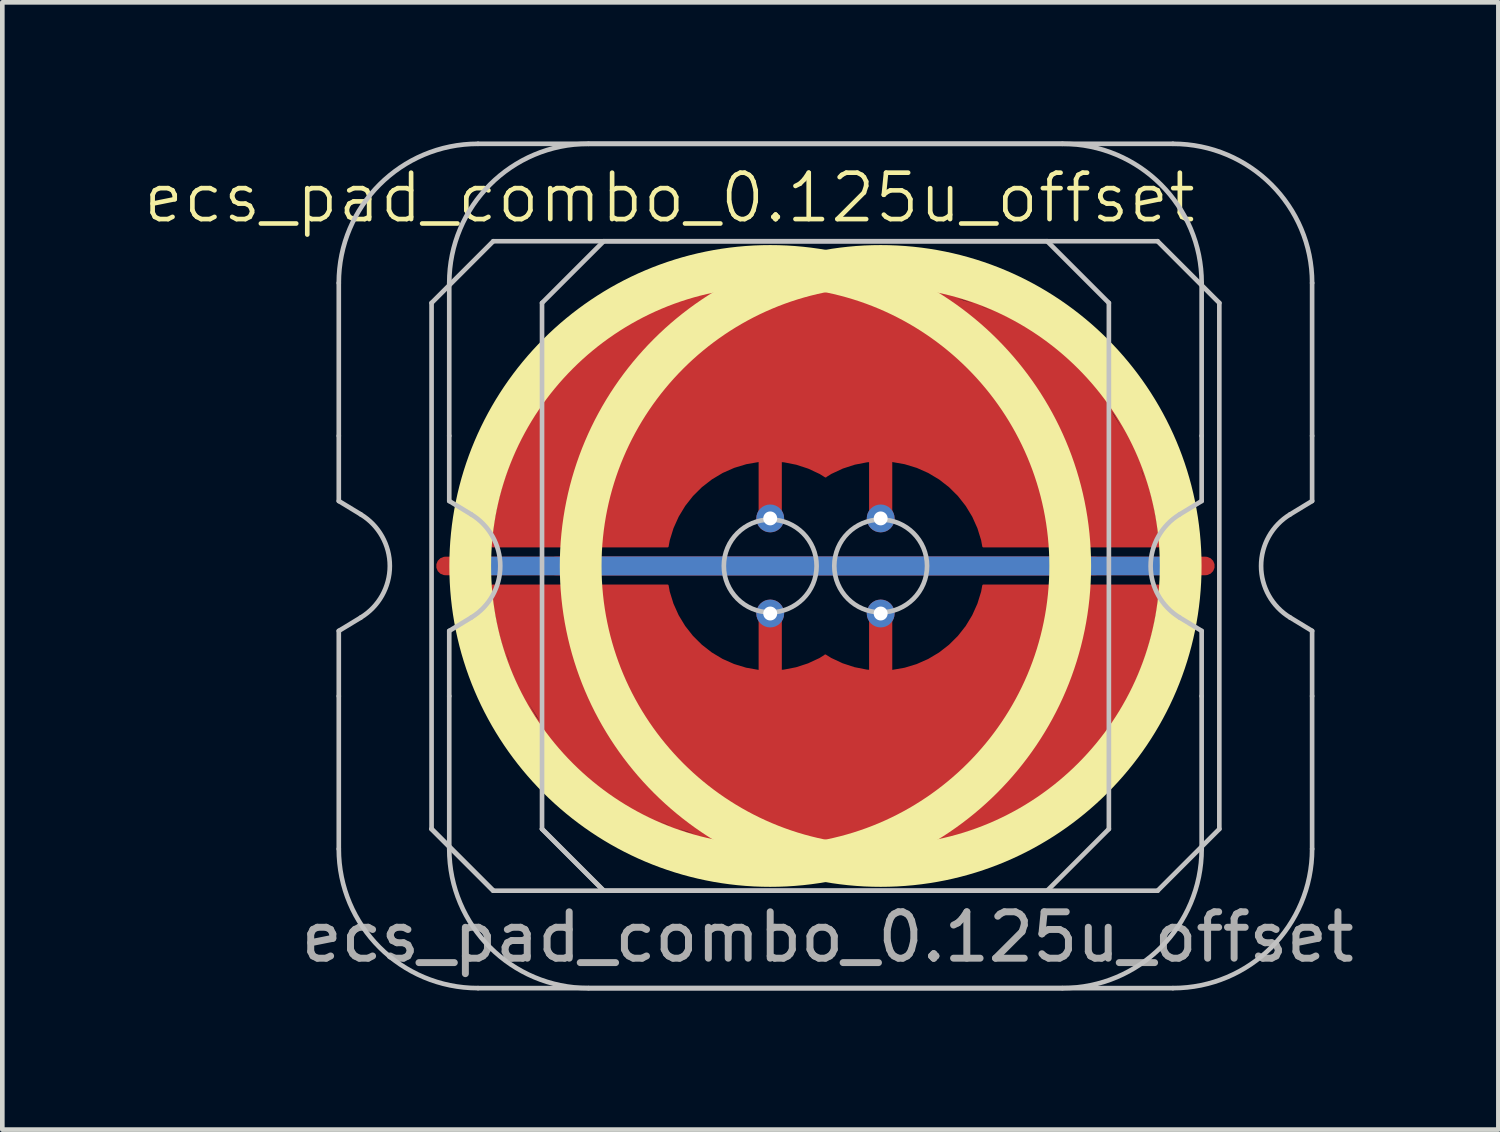
<source format=kicad_pcb>
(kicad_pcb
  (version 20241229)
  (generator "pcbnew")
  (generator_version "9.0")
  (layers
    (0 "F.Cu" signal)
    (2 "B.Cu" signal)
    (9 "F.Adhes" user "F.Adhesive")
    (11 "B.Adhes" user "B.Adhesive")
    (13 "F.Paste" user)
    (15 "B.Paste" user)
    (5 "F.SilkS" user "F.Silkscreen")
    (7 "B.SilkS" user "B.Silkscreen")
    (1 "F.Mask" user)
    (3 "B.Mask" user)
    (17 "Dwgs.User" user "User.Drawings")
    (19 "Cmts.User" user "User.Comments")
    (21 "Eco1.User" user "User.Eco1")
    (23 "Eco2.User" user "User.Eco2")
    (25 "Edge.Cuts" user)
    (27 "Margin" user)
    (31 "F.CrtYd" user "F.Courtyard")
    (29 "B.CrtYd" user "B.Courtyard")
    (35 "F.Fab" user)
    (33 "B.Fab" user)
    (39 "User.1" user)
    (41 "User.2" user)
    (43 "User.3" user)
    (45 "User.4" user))
  (footprint "ecs_pad_combo_0.125u_offset"
    (layer "F.Cu")
    (at 13.553 9.15)
    (property "Reference" "ecs_pad_combo_0.125u_offset" (at -2.17 -7.935 0) (unlocked yes) (layer "F.SilkS") (effects (font (size 1 1) (thickness 0.1))))
    (attr smd)
    (fp_circle (center 0 0) (end 6.467 0) (stroke (width 0.9) (type solid)) (fill no) (layer "F.SilkS"))
    (fp_circle (center 2.381 0) (end 8.848 0) (stroke (width 0.9) (type solid)) (fill no) (layer "F.SilkS"))
    (fp_line (start -9.3 -2.805) (end -9.3 -6.1) (stroke (width 0.1) (type solid)) (layer "Dwgs.User"))
    (fp_line (start -9.3 -1.4) (end -9.3 -2.805) (stroke (width 0.1) (type solid)) (layer "Dwgs.User"))
    (fp_line (start -9.3 1.4) (end -8.824 1.111) (stroke (width 0.1) (type solid)) (layer "Dwgs.User"))
    (fp_line (start -9.3 2.805) (end -9.3 1.4) (stroke (width 0.1) (type solid)) (layer "Dwgs.User"))
    (fp_line (start -9.3 6.1) (end -9.3 2.805) (stroke (width 0.1) (type solid)) (layer "Dwgs.User"))
    (fp_line (start -8.824 -1.111) (end -9.3 -1.4) (stroke (width 0.1) (type solid)) (layer "Dwgs.User"))
    (fp_line (start -7.3 -5.67) (end -5.97 -7) (stroke (width 0.1) (type solid)) (layer "Dwgs.User"))
    (fp_line (start -7.3 5.67) (end -7.3 -5.67) (stroke (width 0.1) (type solid)) (layer "Dwgs.User"))
    (fp_line (start -7.3 5.67) (end -5.97 7) (stroke (width 0.1) (type solid)) (layer "Dwgs.User"))
    (fp_line (start -6.919 -2.805) (end -6.919 -6.1) (stroke (width 0.1) (type solid)) (layer "Dwgs.User"))
    (fp_line (start -6.919 -1.4) (end -6.919 -2.805) (stroke (width 0.1) (type solid)) (layer "Dwgs.User"))
    (fp_line (start -6.919 1.4) (end -6.443 1.111) (stroke (width 0.1) (type solid)) (layer "Dwgs.User"))
    (fp_line (start -6.919 2.805) (end -6.919 1.4) (stroke (width 0.1) (type solid)) (layer "Dwgs.User"))
    (fp_line (start -6.919 6.1) (end -6.919 2.805) (stroke (width 0.1) (type solid)) (layer "Dwgs.User"))
    (fp_line (start -6.443 -1.111) (end -6.919 -1.4) (stroke (width 0.1) (type solid)) (layer "Dwgs.User"))
    (fp_line (start -6.3 -9.1) (end 6.3 -9.1) (stroke (width 0.1) (type solid)) (layer "Dwgs.User"))
    (fp_line (start -5.97 -7) (end 5.97 -7) (stroke (width 0.1) (type solid)) (layer "Dwgs.User"))
    (fp_line (start -5.97 7) (end -7.3 5.67) (stroke (width 0.1) (type solid)) (layer "Dwgs.User"))
    (fp_line (start -4.919 -5.67) (end -3.589 -7) (stroke (width 0.1) (type solid)) (layer "Dwgs.User"))
    (fp_line (start -4.919 5.67) (end -4.919 -5.67) (stroke (width 0.1) (type solid)) (layer "Dwgs.User"))
    (fp_line (start -4.919 5.67) (end -3.589 7) (stroke (width 0.1) (type solid)) (layer "Dwgs.User"))
    (fp_line (start -3.919 -9.1) (end 8.681 -9.1) (stroke (width 0.1) (type solid)) (layer "Dwgs.User"))
    (fp_line (start -3.589 -7) (end 8.351 -7) (stroke (width 0.1) (type solid)) (layer "Dwgs.User"))
    (fp_line (start -3.589 7) (end -4.919 5.67) (stroke (width 0.1) (type solid)) (layer "Dwgs.User"))
    (fp_line (start 5.97 -7) (end 7.3 -5.67) (stroke (width 0.1) (type solid)) (layer "Dwgs.User"))
    (fp_line (start 5.97 7) (end -5.97 7) (stroke (width 0.1) (type solid)) (layer "Dwgs.User"))
    (fp_line (start 6.3 9.1) (end -6.3 9.1) (stroke (width 0.1) (type solid)) (layer "Dwgs.User"))
    (fp_line (start 7.3 -5.67) (end 7.3 5.67) (stroke (width 0.1) (type solid)) (layer "Dwgs.User"))
    (fp_line (start 7.3 5.67) (end 5.97 7) (stroke (width 0.1) (type solid)) (layer "Dwgs.User"))
    (fp_line (start 8.351 -7) (end 9.681 -5.67) (stroke (width 0.1) (type solid)) (layer "Dwgs.User"))
    (fp_line (start 8.351 7) (end -3.589 7) (stroke (width 0.1) (type solid)) (layer "Dwgs.User"))
    (fp_line (start 8.681 9.1) (end -3.919 9.1) (stroke (width 0.1) (type solid)) (layer "Dwgs.User"))
    (fp_line (start 8.824 1.111) (end 9.3 1.4) (stroke (width 0.1) (type solid)) (layer "Dwgs.User"))
    (fp_line (start 9.3 -6.1) (end 9.3 -2.805) (stroke (width 0.1) (type solid)) (layer "Dwgs.User"))
    (fp_line (start 9.3 -2.805) (end 9.3 -1.4) (stroke (width 0.1) (type solid)) (layer "Dwgs.User"))
    (fp_line (start 9.3 -1.4) (end 8.824 -1.111) (stroke (width 0.1) (type solid)) (layer "Dwgs.User"))
    (fp_line (start 9.3 1.4) (end 9.3 2.805) (stroke (width 0.1) (type solid)) (layer "Dwgs.User"))
    (fp_line (start 9.3 2.805) (end 9.3 6.1) (stroke (width 0.1) (type solid)) (layer "Dwgs.User"))
    (fp_line (start 9.681 -5.67) (end 9.681 5.67) (stroke (width 0.1) (type solid)) (layer "Dwgs.User"))
    (fp_line (start 9.681 5.67) (end 8.351 7) (stroke (width 0.1) (type solid)) (layer "Dwgs.User"))
    (fp_line (start 11.206 1.111) (end 11.681 1.4) (stroke (width 0.1) (type solid)) (layer "Dwgs.User"))
    (fp_line (start 11.681 -6.1) (end 11.681 -2.805) (stroke (width 0.1) (type solid)) (layer "Dwgs.User"))
    (fp_line (start 11.681 -2.805) (end 11.681 -1.4) (stroke (width 0.1) (type solid)) (layer "Dwgs.User"))
    (fp_line (start 11.681 -1.4) (end 11.206 -1.111) (stroke (width 0.1) (type solid)) (layer "Dwgs.User"))
    (fp_line (start 11.681 1.4) (end 11.681 2.805) (stroke (width 0.1) (type solid)) (layer "Dwgs.User"))
    (fp_line (start 11.681 2.805) (end 11.681 6.1) (stroke (width 0.1) (type solid)) (layer "Dwgs.User"))
    (fp_arc (start -9.3 -6.1) (mid -8.42132 -8.22132) (end -6.3 -9.1) (stroke (width 0.1) (type solid)) (layer "Dwgs.User"))
    (fp_arc (start -8.824333 -1.110619) (mid -8.2 0) (end -8.824333 1.110619) (stroke (width 0.1) (type solid)) (layer "Dwgs.User"))
    (fp_arc (start -6.91875 -6.1) (mid -6.04007 -8.22132) (end -3.91875 -9.1) (stroke (width 0.1) (type solid)) (layer "Dwgs.User"))
    (fp_arc (start -6.443083 -1.110619) (mid -5.81875 0) (end -6.443083 1.110619) (stroke (width 0.1) (type solid)) (layer "Dwgs.User"))
    (fp_arc (start -6.3 9.1) (mid -8.42132 8.22132) (end -9.3 6.1) (stroke (width 0.1) (type solid)) (layer "Dwgs.User"))
    (fp_arc (start -3.91875 9.1) (mid -6.04007 8.22132) (end -6.91875 6.1) (stroke (width 0.1) (type solid)) (layer "Dwgs.User"))
    (fp_arc (start 6.3 -9.1) (mid 8.42132 -8.22132) (end 9.3 -6.1) (stroke (width 0.1) (type solid)) (layer "Dwgs.User"))
    (fp_arc (start 8.68125 -9.1) (mid 10.80257 -8.22132) (end 11.68125 -6.1) (stroke (width 0.1) (type solid)) (layer "Dwgs.User"))
    (fp_arc (start 8.824333 1.110619) (mid 8.2 0) (end 8.824333 -1.110619) (stroke (width 0.1) (type solid)) (layer "Dwgs.User"))
    (fp_arc (start 9.3 6.1) (mid 8.42132 8.22132) (end 6.3 9.1) (stroke (width 0.1) (type solid)) (layer "Dwgs.User"))
    (fp_arc (start 11.205583 1.110619) (mid 10.58125 0) (end 11.205583 -1.110619) (stroke (width 0.1) (type solid)) (layer "Dwgs.User"))
    (fp_arc (start 11.68125 6.1) (mid 10.80257 8.22132) (end 8.68125 9.1) (stroke (width 0.1) (type solid)) (layer "Dwgs.User"))
    (fp_circle (center 0 0) (end 1 0) (stroke (width 0.1) (type default)) (fill no) (layer "Dwgs.User"))
    (fp_circle (center 2.381 0) (end 3.381 0) (stroke (width 0.1) (type default)) (fill no) (layer "Dwgs.User"))
    (fp_circle (center 0 0) (end 1 0) (stroke (width 0.1) (type default)) (fill no) (layer "Eco1.User"))
    (fp_circle (center 2.381 0) (end 3.381 0) (stroke (width 0.1) (type default)) (fill no) (layer "Eco1.User"))
    (fp_text user "${REFERENCE}" (at 1.238 8 0) (unlocked yes) (layer "F.Fab") (effects (font (size 1 1) (thickness 0.15))))
    (pad "1" smd custom (at 0 -1.025 270) (size 0.4 0.4) (layers "F.Cu") (options (anchor circle)) (primitives (gr_line (start 0 0) (end -1.25 0) (width 0.5)) (gr_arc (start 0.6 2.214159) (mid -1.05798 0.909515) (end -0.906567 -1.194782) (width 0.05)) (gr_line (start 0.6 5.987) (end 0.6 2.214) (width 0.05)) (gr_arc (start 0.6 5.986652) (mid -3.76737 3.643101) (end -4.88152 -1.186476) (width 0.05)) (gr_arc (start -4.879768 -1.186123) (mid -3.770048 -6.020844) (end 0.6 -8.367902) (width 0.05)) (gr_line (start 0.6 3.605) (end 0.6 2.214) (width 0.05)) (gr_line (start 0.6 -4.595) (end 0.6 -8.368) (width 0.05)) (gr_line (start 0.6 -4.595) (end 0.6 -5.987) (width 0.05)) (gr_arc (start -0.910306 -1.192455) (mid -1.056551 -3.293993) (end 0.6 -4.59541) (width 0.05)) (gr_line (start 0 -2.381) (end -1.25 -2.381) (width 0.5)) (gr_poly (pts (xy 0.6 5.987) (xy 0.6 2.214) (xy 0.009 2.032) (xy -0.321 1.829) (xy -0.676 1.524) (xy -0.956 1.118) (xy -1.159 0.66) (xy -1.21 0.432) (xy -1.261 -0.152) (xy -1.21 -0.533) (xy -0.981 -1.092) (xy -0.907 -1.195) (xy -1.108 -1.549) (xy -1.184 -1.88) (xy -1.235 -2.108) (xy -1.286 -2.438) (xy -1.235 -2.692) (xy -1.159 -2.997) (xy -0.956 -3.556) (xy -0.499 -4.089) (xy 0.086 -4.445) (xy 0.6 -4.595) (xy 0.6 -8.368) (xy -0.27 -8.255) (xy -1.54 -7.823) (xy -2.531 -7.214) (xy -3.013 -6.833) (xy -3.394 -6.452) (xy -3.902 -5.842) (xy -4.283 -5.207) (xy -4.588 -4.496) (xy -4.817 -3.785) (xy -4.918 -3.302) (xy -4.994 -2.642) (xy -4.969 -1.905) (xy -4.88 -1.186) (xy -4.969 -0.508) (xy -4.994 0.102) (xy -4.969 0.584) (xy -4.867 1.27) (xy -4.664 2.007) (xy -4.309 2.794) (xy -3.724 3.708) (xy -3.394 4.089) (xy -2.988 4.47) (xy -2.531 4.851) (xy -1.896 5.258) (xy -1.134 5.613) (xy -0.6 5.766) (xy -0.27 5.867) (xy 0.467 5.969)) (width 0.01) (fill yes))))
    (pad "1" thru_hole circle (at 0 -1.025) (size 0.6 0.6) (drill 0.3) (layers "*.Cu"))
    (pad "1" thru_hole circle (at 2.381 -1.025) (size 0.6 0.6) (drill 0.3) (layers "*.Cu"))
    (pad "2" thru_hole circle (at 0 1.025) (size 0.6 0.6) (drill 0.3) (layers "*.Cu"))
    (pad "2" smd custom (at 2.381 1.025 90) (size 0.4 0.4) (layers "F.Cu") (options (anchor circle)) (primitives (gr_line (start 0 0) (end -1.25 0) (width 0.5)) (gr_poly (pts (xy 0.6 5.987) (xy 0.6 2.214) (xy 0.009 2.032) (xy -0.321 1.829) (xy -0.676 1.524) (xy -0.956 1.118) (xy -1.159 0.66) (xy -1.21 0.432) (xy -1.261 -0.152) (xy -1.21 -0.533) (xy -0.981 -1.092) (xy -0.907 -1.195) (xy -1.108 -1.549) (xy -1.184 -1.88) (xy -1.235 -2.108) (xy -1.286 -2.438) (xy -1.235 -2.692) (xy -1.159 -2.997) (xy -0.956 -3.556) (xy -0.499 -4.089) (xy 0.086 -4.445) (xy 0.6 -4.595) (xy 0.6 -8.368) (xy -0.27 -8.255) (xy -1.54 -7.823) (xy -2.531 -7.214) (xy -3.013 -6.833) (xy -3.394 -6.452) (xy -3.902 -5.842) (xy -4.283 -5.207) (xy -4.588 -4.496) (xy -4.817 -3.785) (xy -4.918 -3.302) (xy -4.994 -2.642) (xy -4.969 -1.905) (xy -4.88 -1.186) (xy -4.969 -0.508) (xy -4.994 0.102) (xy -4.969 0.584) (xy -4.867 1.27) (xy -4.664 2.007) (xy -4.309 2.794) (xy -3.724 3.708) (xy -3.394 4.089) (xy -2.988 4.47) (xy -2.531 4.851) (xy -1.896 5.258) (xy -1.134 5.613) (xy -0.6 5.766) (xy -0.27 5.867) (xy 0.467 5.969)) (width 0.01) (fill yes)) (gr_line (start 0 -2.381) (end -1.25 -2.381) (width 0.5)) (gr_arc (start -0.910306 -1.192455) (mid -1.056551 -3.293993) (end 0.6 -4.59541) (width 0.05)) (gr_line (start 0.6 -4.595) (end 0.6 -5.987) (width 0.05)) (gr_line (start 0.6 -4.595) (end 0.6 -8.368) (width 0.05)) (gr_line (start 0.6 3.605) (end 0.6 2.214) (width 0.05)) (gr_arc (start -4.879768 -1.186123) (mid -3.770048 -6.020844) (end 0.6 -8.367902) (width 0.05)) (gr_arc (start 0.6 5.986652) (mid -3.76737 3.643101) (end -4.88152 -1.186476) (width 0.05)) (gr_line (start 0.6 5.987) (end 0.6 2.214) (width 0.05)) (gr_arc (start 0.6 2.214159) (mid -1.05798 0.909515) (end -0.906567 -1.194782) (width 0.05))))
    (pad "2" thru_hole circle (at 2.381 1.025) (size 0.6 0.6) (drill 0.3) (layers "*.Cu"))
    (pad "3" smd custom (at 0 0 90) (size 0.4 0.4) (layers "F.Cu") (options (anchor rect)) (primitives (gr_line (start 0 -7) (end 0 7) (width 0.4))))
    (pad "3" smd custom (at 0 0 90) (size 0.4 0.4) (layers "B.Cu") (options (anchor rect)) (primitives (gr_line (start 0 -6.5) (end 0 6.5) (width 0.4))))
    (pad "3" smd custom (at 2.381 0 90) (size 0.4 0.4) (layers "F.Cu") (options (anchor rect)) (primitives (gr_line (start 0 -7) (end 0 7) (width 0.4))))
    (pad "3" smd custom (at 2.381 0 90) (size 0.4 0.4) (layers "B.Cu") (options (anchor rect)) (primitives (gr_line (start 0 -6.5) (end 0 6.5) (width 0.4))))
    (zone (net_name "") (layer "F.Cu") (hatch edge 0.508) (connect_pads) (min_thickness 0.254) (filled_areas_thickness no) (keepout (tracks allowed) (vias allowed) (pads allowed) (copperpour not_allowed) (footprints allowed)) (placement (enabled no)) (fill) (polygon (pts (xy 13.553 2.145) (xy 13.04 2.164) (xy 12.53 2.22) (xy 12.025 2.314) (xy 11.528 2.444) (xy 11.043 2.61) (xy 10.57 2.812) (xy 10.114 3.047) (xy 9.677 3.315) (xy 9.26 3.615) (xy 8.866 3.944) (xy 8.497 4.302) (xy 8.156 4.685) (xy 7.843 5.092) (xy 7.561 5.521) (xy 7.312 5.97) (xy 7.095 6.435) (xy 6.914 6.916) (xy 6.768 7.408) (xy 6.659 7.91) (xy 6.587 8.418) (xy 6.552 8.93) (xy 6.554 9.443) (xy 6.595 9.955) (xy 6.672 10.463) (xy 6.787 10.963) (xy 6.938 11.454) (xy 7.124 11.932) (xy 7.345 12.395) (xy 7.6 12.841) (xy 7.886 13.267) (xy 8.203 13.671) (xy 8.548 14.051) (xy 8.921 14.404) (xy 9.318 14.73) (xy 9.738 15.025) (xy 10.178 15.288) (xy 10.637 15.519) (xy 11.111 15.716) (xy 11.599 15.877) (xy 12.097 16.002) (xy 12.602 16.09) (xy 13.113 16.141) (xy 13.626 16.155) (xy 14.139 16.13) (xy 14.649 16.069) (xy 15.153 15.97) (xy 15.648 15.834) (xy 16.132 15.663) (xy 16.602 15.457) (xy 17.055 15.216) (xy 17.49 14.944) (xy 17.904 14.64) (xy 18.294 14.306) (xy 18.659 13.945) (xy 18.997 13.558) (xy 19.305 13.148) (xy 19.582 12.716) (xy 19.827 12.265) (xy 20.039 11.797) (xy 20.215 11.315) (xy 20.356 10.821) (xy 20.46 10.318) (xy 20.527 9.809) (xy 20.556 9.297) (xy 20.548 8.783) (xy 20.503 8.272) (xy 20.42 7.765) (xy 20.3 7.266) (xy 20.144 6.777) (xy 19.952 6.301) (xy 19.726 5.84) (xy 19.467 5.397) (xy 19.177 4.974) (xy 18.856 4.573) (xy 18.506 4.197) (xy 18.13 3.847) (xy 17.73 3.526) (xy 17.306 3.236) (xy 16.863 2.977) (xy 16.402 2.751) (xy 15.926 2.559) (xy 15.437 2.403) (xy 14.938 2.283) (xy 14.431 2.2) (xy 13.92 2.155))))
    (zone (net_name "") (layer "F.Cu") (hatch edge 0.508) (connect_pads) (min_thickness 0.254) (filled_areas_thickness no) (keepout (tracks allowed) (vias allowed) (pads allowed) (copperpour not_allowed) (footprints allowed)) (placement (enabled no)) (fill) (polygon (pts (xy 15.934 2.145) (xy 15.421 2.164) (xy 14.911 2.22) (xy 14.406 2.314) (xy 13.91 2.444) (xy 13.424 2.61) (xy 12.952 2.812) (xy 12.496 3.047) (xy 12.058 3.315) (xy 11.641 3.615) (xy 11.247 3.944) (xy 10.878 4.302) (xy 10.537 4.685) (xy 10.224 5.092) (xy 9.943 5.521) (xy 9.693 5.97) (xy 9.477 6.435) (xy 9.295 6.916) (xy 9.149 7.408) (xy 9.04 7.91) (xy 8.968 8.418) (xy 8.933 8.93) (xy 8.936 9.443) (xy 8.976 9.955) (xy 9.053 10.463) (xy 9.168 10.963) (xy 9.319 11.454) (xy 9.506 11.932) (xy 9.727 12.395) (xy 9.981 12.841) (xy 10.267 13.267) (xy 10.584 13.671) (xy 10.929 14.051) (xy 11.302 14.404) (xy 11.699 14.73) (xy 12.119 15.025) (xy 12.56 15.288) (xy 13.018 15.519) (xy 13.493 15.716) (xy 13.98 15.877) (xy 14.478 16.002) (xy 14.984 16.09) (xy 15.494 16.141) (xy 16.008 16.155) (xy 16.52 16.13) (xy 17.03 16.069) (xy 17.534 15.97) (xy 18.029 15.834) (xy 18.513 15.663) (xy 18.983 15.457) (xy 19.437 15.216) (xy 19.872 14.944) (xy 20.285 14.64) (xy 20.676 14.306) (xy 21.041 13.945) (xy 21.378 13.558) (xy 21.686 13.148) (xy 21.964 12.716) (xy 22.209 12.265) (xy 22.42 11.797) (xy 22.596 11.315) (xy 22.737 10.821) (xy 22.841 10.318) (xy 22.908 9.809) (xy 22.938 9.297) (xy 22.93 8.783) (xy 22.884 8.272) (xy 22.801 7.765) (xy 22.681 7.266) (xy 22.525 6.777) (xy 22.334 6.301) (xy 22.108 5.84) (xy 21.849 5.397) (xy 21.558 4.974) (xy 21.237 4.573) (xy 20.888 4.197) (xy 20.511 3.847) (xy 20.111 3.526) (xy 19.688 3.236) (xy 19.244 2.977) (xy 18.783 2.751) (xy 18.307 2.559) (xy 17.818 2.403) (xy 17.319 2.283) (xy 16.812 2.2) (xy 16.301 2.155))))
    (zone (net_name "") (layer "B.Cu") (hatch edge 0.508) (connect_pads) (min_thickness 0.254) (filled_areas_thickness no) (keepout (tracks allowed) (vias allowed) (pads allowed) (copperpour not_allowed) (footprints allowed)) (placement (enabled no)) (fill) (polygon (pts (xy 13.553 2.592) (xy 13.038 2.612) (xy 12.527 2.672) (xy 12.022 2.773) (xy 11.526 2.913) (xy 11.043 3.091) (xy 10.576 3.307) (xy 10.126 3.558) (xy 9.698 3.844) (xy 9.294 4.163) (xy 8.916 4.513) (xy 8.566 4.891) (xy 8.247 5.295) (xy 7.961 5.723) (xy 7.71 6.173) (xy 7.494 6.64) (xy 7.316 7.123) (xy 7.176 7.619) (xy 7.076 8.124) (xy 7.015 8.635) (xy 6.995 9.15) (xy 7.015 9.665) (xy 7.076 10.176) (xy 7.176 10.681) (xy 7.316 11.177) (xy 7.494 11.66) (xy 7.71 12.127) (xy 7.961 12.577) (xy 8.247 13.005) (xy 8.566 13.409) (xy 8.916 13.787) (xy 9.294 14.137) (xy 9.698 14.456) (xy 10.126 14.742) (xy 10.576 14.993) (xy 11.043 15.209) (xy 11.526 15.387) (xy 12.022 15.527) (xy 12.527 15.628) (xy 13.038 15.688) (xy 13.553 15.708) (xy 14.068 15.688) (xy 14.579 15.628) (xy 15.084 15.527) (xy 15.58 15.387) (xy 16.063 15.209) (xy 16.53 14.993) (xy 16.98 14.742) (xy 17.408 14.456) (xy 17.812 14.137) (xy 18.19 13.787) (xy 18.54 13.409) (xy 18.859 13.005) (xy 19.145 12.577) (xy 19.396 12.127) (xy 19.612 11.66) (xy 19.79 11.177) (xy 19.93 10.681) (xy 20.031 10.176) (xy 20.091 9.665) (xy 20.111 9.15) (xy 20.091 8.635) (xy 20.031 8.124) (xy 19.93 7.619) (xy 19.79 7.123) (xy 19.612 6.64) (xy 19.396 6.173) (xy 19.145 5.723) (xy 18.859 5.295) (xy 18.54 4.891) (xy 18.19 4.513) (xy 17.812 4.163) (xy 17.408 3.844) (xy 16.98 3.558) (xy 16.53 3.307) (xy 16.063 3.091) (xy 15.58 2.913) (xy 15.084 2.773) (xy 14.579 2.672) (xy 14.068 2.612))))
    (zone (net_name "") (layer "B.Cu") (hatch edge 0.508) (connect_pads) (min_thickness 0.254) (filled_areas_thickness no) (keepout (tracks allowed) (vias allowed) (pads allowed) (copperpour not_allowed) (footprints allowed)) (placement (enabled no)) (fill) (polygon (pts (xy 15.934 2.592) (xy 15.42 2.612) (xy 14.908 2.672) (xy 14.403 2.773) (xy 13.908 2.913) (xy 13.425 3.091) (xy 12.957 3.307) (xy 12.508 3.558) (xy 12.079 3.844) (xy 11.675 4.163) (xy 11.297 4.513) (xy 10.947 4.891) (xy 10.629 5.295) (xy 10.342 5.723) (xy 10.091 6.173) (xy 9.875 6.64) (xy 9.697 7.123) (xy 9.557 7.619) (xy 9.457 8.124) (xy 9.396 8.635) (xy 9.376 9.15) (xy 9.396 9.665) (xy 9.457 10.176) (xy 9.557 10.681) (xy 9.697 11.177) (xy 9.875 11.66) (xy 10.091 12.127) (xy 10.342 12.577) (xy 10.629 13.005) (xy 10.947 13.409) (xy 11.297 13.787) (xy 11.675 14.137) (xy 12.079 14.456) (xy 12.508 14.742) (xy 12.957 14.993) (xy 13.425 15.209) (xy 13.908 15.387) (xy 14.403 15.527) (xy 14.908 15.628) (xy 15.42 15.688) (xy 15.934 15.708) (xy 16.449 15.688) (xy 16.96 15.628) (xy 17.465 15.527) (xy 17.961 15.387) (xy 18.444 15.209) (xy 18.912 14.993) (xy 19.361 14.742) (xy 19.789 14.456) (xy 20.194 14.137) (xy 20.572 13.787) (xy 20.921 13.409) (xy 21.24 13.005) (xy 21.526 12.577) (xy 21.778 12.127) (xy 21.993 11.66) (xy 22.172 11.177) (xy 22.311 10.681) (xy 22.412 10.176) (xy 22.472 9.665) (xy 22.493 9.15) (xy 22.472 8.635) (xy 22.412 8.124) (xy 22.311 7.619) (xy 22.172 7.123) (xy 21.993 6.64) (xy 21.778 6.173) (xy 21.526 5.723) (xy 21.24 5.295) (xy 20.921 4.891) (xy 20.572 4.513) (xy 20.194 4.163) (xy 19.789 3.844) (xy 19.361 3.558) (xy 18.912 3.307) (xy 18.444 3.091) (xy 17.961 2.913) (xy 17.465 2.773) (xy 16.96 2.672) (xy 16.449 2.612)))))
  (gr_rect
    (start -3 -3)
    (end 29.249 21.3)
    (stroke (width 0.1) (type default))
    (fill no)
    (layer "Edge.Cuts")))
</source>
